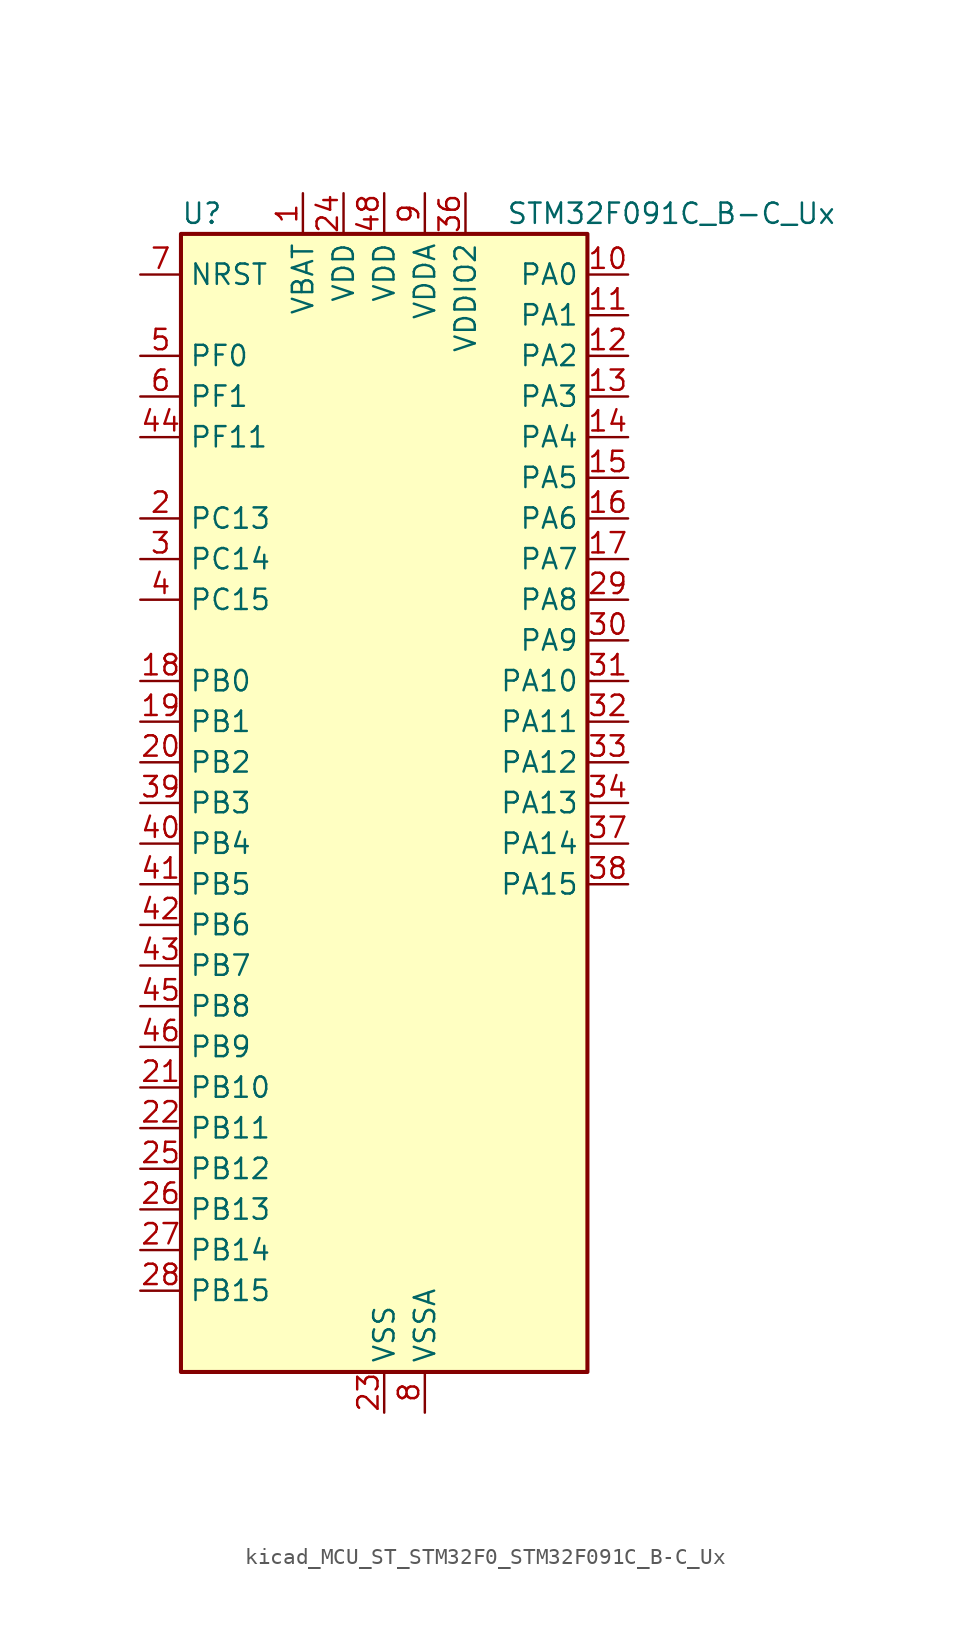
<source format=kicad_sym>
(kicad_symbol_lib
  (version 20220914)
  (generator kicad_symbol_editor)
  (symbol "kicad_MCU_ST_STM32F0_STM32F091C_B-C_Ux"
    (property "Reference" "U"
      (at -12.7 36.83 0)
      (effects (font (size 1.27 1.27)) (justify left)))
    (property "Value" "STM32F091C_B-C_Ux"
      (at 7.62 36.83 0)
      (effects (font (size 1.27 1.27)) (justify left)))
    (property "ki_locked" ""
      (at 0 0 0)
      (effects (font (size 1.27 1.27))))
    (symbol "kicad_MCU_ST_STM32F0_STM32F091C_B-C_Ux_0_1"
      (rectangle (start -12.7 -35.56) (end 12.7 35.56) (stroke (width 0.254) (type default)) (fill (type background))))
    (symbol "kicad_MCU_ST_STM32F0_STM32F091C_B-C_Ux_1_1"
      (pin power_in line (at -5.08 38.1 270) (length 2.54) (name "VBAT" (effects (font (size 1.27 1.27)))) (number "1" (effects (font (size 1.27 1.27)))))
      (pin bidirectional line (at 15.24 33.02 180) (length 2.54) (name "PA0" (effects (font (size 1.27 1.27)))) (number "10" (effects (font (size 1.27 1.27)))) (alternate "ADC_IN0" bidirectional line) (alternate "COMP1_INM" bidirectional line) (alternate "COMP1_OUT" bidirectional line) (alternate "RTC_TAMP2" bidirectional line) (alternate "SYS_WKUP1" bidirectional line) (alternate "TIM2_CH1" bidirectional line) (alternate "TIM2_ETR" bidirectional line) (alternate "TSC_G1_IO1" bidirectional line) (alternate "USART2_CTS" bidirectional line) (alternate "USART4_TX" bidirectional line))
      (pin bidirectional line (at 15.24 30.48 180) (length 2.54) (name "PA1" (effects (font (size 1.27 1.27)))) (number "11" (effects (font (size 1.27 1.27)))) (alternate "ADC_IN1" bidirectional line) (alternate "COMP1_INP" bidirectional line) (alternate "TIM15_CH1N" bidirectional line) (alternate "TIM2_CH2" bidirectional line) (alternate "TSC_G1_IO2" bidirectional line) (alternate "USART2_DE" bidirectional line) (alternate "USART2_RTS" bidirectional line) (alternate "USART4_RX" bidirectional line))
      (pin bidirectional line (at 15.24 27.94 180) (length 2.54) (name "PA2" (effects (font (size 1.27 1.27)))) (number "12" (effects (font (size 1.27 1.27)))) (alternate "ADC_IN2" bidirectional line) (alternate "COMP2_INM" bidirectional line) (alternate "COMP2_OUT" bidirectional line) (alternate "SYS_WKUP4" bidirectional line) (alternate "TIM15_CH1" bidirectional line) (alternate "TIM2_CH3" bidirectional line) (alternate "TSC_G1_IO3" bidirectional line) (alternate "USART2_TX" bidirectional line))
      (pin bidirectional line (at 15.24 25.4 180) (length 2.54) (name "PA3" (effects (font (size 1.27 1.27)))) (number "13" (effects (font (size 1.27 1.27)))) (alternate "ADC_IN3" bidirectional line) (alternate "COMP2_INP" bidirectional line) (alternate "TIM15_CH2" bidirectional line) (alternate "TIM2_CH4" bidirectional line) (alternate "TSC_G1_IO4" bidirectional line) (alternate "USART2_RX" bidirectional line))
      (pin bidirectional line (at 15.24 22.86 180) (length 2.54) (name "PA4" (effects (font (size 1.27 1.27)))) (number "14" (effects (font (size 1.27 1.27)))) (alternate "ADC_IN4" bidirectional line) (alternate "COMP1_INM" bidirectional line) (alternate "COMP2_INM" bidirectional line) (alternate "DAC_OUT1" bidirectional line) (alternate "I2S1_WS" bidirectional line) (alternate "SPI1_NSS" bidirectional line) (alternate "TIM14_CH1" bidirectional line) (alternate "TSC_G2_IO1" bidirectional line) (alternate "USART2_CK" bidirectional line) (alternate "USART6_TX" bidirectional line))
      (pin bidirectional line (at 15.24 20.32 180) (length 2.54) (name "PA5" (effects (font (size 1.27 1.27)))) (number "15" (effects (font (size 1.27 1.27)))) (alternate "ADC_IN5" bidirectional line) (alternate "CEC" bidirectional line) (alternate "COMP1_INM" bidirectional line) (alternate "COMP2_INM" bidirectional line) (alternate "DAC_OUT2" bidirectional line) (alternate "I2S1_CK" bidirectional line) (alternate "SPI1_SCK" bidirectional line) (alternate "TIM2_CH1" bidirectional line) (alternate "TIM2_ETR" bidirectional line) (alternate "TSC_G2_IO2" bidirectional line) (alternate "USART6_RX" bidirectional line))
      (pin bidirectional line (at 15.24 17.78 180) (length 2.54) (name "PA6" (effects (font (size 1.27 1.27)))) (number "16" (effects (font (size 1.27 1.27)))) (alternate "ADC_IN6" bidirectional line) (alternate "COMP1_OUT" bidirectional line) (alternate "I2S1_MCK" bidirectional line) (alternate "SPI1_MISO" bidirectional line) (alternate "TIM16_CH1" bidirectional line) (alternate "TIM1_BKIN" bidirectional line) (alternate "TIM3_CH1" bidirectional line) (alternate "TSC_G2_IO3" bidirectional line) (alternate "USART3_CTS" bidirectional line))
      (pin bidirectional line (at 15.24 15.24 180) (length 2.54) (name "PA7" (effects (font (size 1.27 1.27)))) (number "17" (effects (font (size 1.27 1.27)))) (alternate "ADC_IN7" bidirectional line) (alternate "COMP2_OUT" bidirectional line) (alternate "I2S1_SD" bidirectional line) (alternate "SPI1_MOSI" bidirectional line) (alternate "TIM14_CH1" bidirectional line) (alternate "TIM17_CH1" bidirectional line) (alternate "TIM1_CH1N" bidirectional line) (alternate "TIM3_CH2" bidirectional line) (alternate "TSC_G2_IO4" bidirectional line))
      (pin bidirectional line (at -15.24 7.62 0) (length 2.54) (name "PB0" (effects (font (size 1.27 1.27)))) (number "18" (effects (font (size 1.27 1.27)))) (alternate "ADC_IN8" bidirectional line) (alternate "TIM1_CH2N" bidirectional line) (alternate "TIM3_CH3" bidirectional line) (alternate "TSC_G3_IO2" bidirectional line) (alternate "USART3_CK" bidirectional line))
      (pin bidirectional line (at -15.24 5.08 0) (length 2.54) (name "PB1" (effects (font (size 1.27 1.27)))) (number "19" (effects (font (size 1.27 1.27)))) (alternate "ADC_IN9" bidirectional line) (alternate "TIM14_CH1" bidirectional line) (alternate "TIM1_CH3N" bidirectional line) (alternate "TIM3_CH4" bidirectional line) (alternate "TSC_G3_IO3" bidirectional line) (alternate "USART3_DE" bidirectional line) (alternate "USART3_RTS" bidirectional line))
      (pin bidirectional line (at -15.24 17.78 0) (length 2.54) (name "PC13" (effects (font (size 1.27 1.27)))) (number "2" (effects (font (size 1.27 1.27)))) (alternate "RTC_OUT_ALARM" bidirectional line) (alternate "RTC_OUT_CALIB" bidirectional line) (alternate "RTC_TAMP1" bidirectional line) (alternate "RTC_TS" bidirectional line) (alternate "SYS_WKUP2" bidirectional line))
      (pin bidirectional line (at -15.24 2.54 0) (length 2.54) (name "PB2" (effects (font (size 1.27 1.27)))) (number "20" (effects (font (size 1.27 1.27)))) (alternate "TSC_G3_IO4" bidirectional line))
      (pin bidirectional line (at -15.24 -17.78 0) (length 2.54) (name "PB10" (effects (font (size 1.27 1.27)))) (number "21" (effects (font (size 1.27 1.27)))) (alternate "CEC" bidirectional line) (alternate "I2C2_SCL" bidirectional line) (alternate "I2S2_CK" bidirectional line) (alternate "SPI2_SCK" bidirectional line) (alternate "TIM2_CH3" bidirectional line) (alternate "TSC_SYNC" bidirectional line) (alternate "USART3_TX" bidirectional line))
      (pin bidirectional line (at -15.24 -20.32 0) (length 2.54) (name "PB11" (effects (font (size 1.27 1.27)))) (number "22" (effects (font (size 1.27 1.27)))) (alternate "I2C2_SDA" bidirectional line) (alternate "TIM2_CH4" bidirectional line) (alternate "TSC_G6_IO1" bidirectional line) (alternate "USART3_RX" bidirectional line))
      (pin power_in line (at 0 -38.1 90) (length 2.54) (name "VSS" (effects (font (size 1.27 1.27)))) (number "23" (effects (font (size 1.27 1.27)))))
      (pin power_in line (at -2.54 38.1 270) (length 2.54) (name "VDD" (effects (font (size 1.27 1.27)))) (number "24" (effects (font (size 1.27 1.27)))))
      (pin bidirectional line (at -15.24 -22.86 0) (length 2.54) (name "PB12" (effects (font (size 1.27 1.27)))) (number "25" (effects (font (size 1.27 1.27)))) (alternate "I2S2_WS" bidirectional line) (alternate "SPI2_NSS" bidirectional line) (alternate "TIM15_BKIN" bidirectional line) (alternate "TIM1_BKIN" bidirectional line) (alternate "TSC_G6_IO2" bidirectional line) (alternate "USART3_CK" bidirectional line))
      (pin bidirectional line (at -15.24 -25.4 0) (length 2.54) (name "PB13" (effects (font (size 1.27 1.27)))) (number "26" (effects (font (size 1.27 1.27)))) (alternate "I2C2_SCL" bidirectional line) (alternate "I2S2_CK" bidirectional line) (alternate "SPI2_SCK" bidirectional line) (alternate "TIM1_CH1N" bidirectional line) (alternate "TSC_G6_IO3" bidirectional line) (alternate "USART3_CTS" bidirectional line))
      (pin bidirectional line (at -15.24 -27.94 0) (length 2.54) (name "PB14" (effects (font (size 1.27 1.27)))) (number "27" (effects (font (size 1.27 1.27)))) (alternate "I2C2_SDA" bidirectional line) (alternate "I2S2_MCK" bidirectional line) (alternate "SPI2_MISO" bidirectional line) (alternate "TIM15_CH1" bidirectional line) (alternate "TIM1_CH2N" bidirectional line) (alternate "TSC_G6_IO4" bidirectional line) (alternate "USART3_DE" bidirectional line) (alternate "USART3_RTS" bidirectional line))
      (pin bidirectional line (at -15.24 -30.48 0) (length 2.54) (name "PB15" (effects (font (size 1.27 1.27)))) (number "28" (effects (font (size 1.27 1.27)))) (alternate "I2S2_SD" bidirectional line) (alternate "RTC_REFIN" bidirectional line) (alternate "SPI2_MOSI" bidirectional line) (alternate "SYS_WKUP7" bidirectional line) (alternate "TIM15_CH1N" bidirectional line) (alternate "TIM15_CH2" bidirectional line) (alternate "TIM1_CH3N" bidirectional line))
      (pin bidirectional line (at 15.24 12.7 180) (length 2.54) (name "PA8" (effects (font (size 1.27 1.27)))) (number "29" (effects (font (size 1.27 1.27)))) (alternate "CRS_SYNC" bidirectional line) (alternate "RCC_MCO" bidirectional line) (alternate "TIM1_CH1" bidirectional line) (alternate "USART1_CK" bidirectional line))
      (pin bidirectional line (at -15.24 15.24 0) (length 2.54) (name "PC14" (effects (font (size 1.27 1.27)))) (number "3" (effects (font (size 1.27 1.27)))) (alternate "RCC_OSC32_IN" bidirectional line))
      (pin bidirectional line (at 15.24 10.16 180) (length 2.54) (name "PA9" (effects (font (size 1.27 1.27)))) (number "30" (effects (font (size 1.27 1.27)))) (alternate "DAC_EXTI9" bidirectional line) (alternate "I2C1_SCL" bidirectional line) (alternate "RCC_MCO" bidirectional line) (alternate "TIM15_BKIN" bidirectional line) (alternate "TIM1_CH2" bidirectional line) (alternate "TSC_G4_IO1" bidirectional line) (alternate "USART1_TX" bidirectional line))
      (pin bidirectional line (at 15.24 7.62 180) (length 2.54) (name "PA10" (effects (font (size 1.27 1.27)))) (number "31" (effects (font (size 1.27 1.27)))) (alternate "I2C1_SDA" bidirectional line) (alternate "TIM17_BKIN" bidirectional line) (alternate "TIM1_CH3" bidirectional line) (alternate "TSC_G4_IO2" bidirectional line) (alternate "USART1_RX" bidirectional line))
      (pin bidirectional line (at 15.24 5.08 180) (length 2.54) (name "PA11" (effects (font (size 1.27 1.27)))) (number "32" (effects (font (size 1.27 1.27)))) (alternate "CAN_RX" bidirectional line) (alternate "COMP1_OUT" bidirectional line) (alternate "I2C2_SCL" bidirectional line) (alternate "TIM1_CH4" bidirectional line) (alternate "TSC_G4_IO3" bidirectional line) (alternate "USART1_CTS" bidirectional line))
      (pin bidirectional line (at 15.24 2.54 180) (length 2.54) (name "PA12" (effects (font (size 1.27 1.27)))) (number "33" (effects (font (size 1.27 1.27)))) (alternate "CAN_TX" bidirectional line) (alternate "COMP2_OUT" bidirectional line) (alternate "I2C2_SDA" bidirectional line) (alternate "TIM1_ETR" bidirectional line) (alternate "TSC_G4_IO4" bidirectional line) (alternate "USART1_DE" bidirectional line) (alternate "USART1_RTS" bidirectional line))
      (pin bidirectional line (at 15.24 0 180) (length 2.54) (name "PA13" (effects (font (size 1.27 1.27)))) (number "34" (effects (font (size 1.27 1.27)))) (alternate "IR_OUT" bidirectional line) (alternate "SYS_SWDIO" bidirectional line))
      (pin passive line (at 0 -38.1 90) (length 2.54) hide (name "VSS" (effects (font (size 1.27 1.27)))) (number "35" (effects (font (size 1.27 1.27)))))
      (pin power_in line (at 5.08 38.1 270) (length 2.54) (name "VDDIO2" (effects (font (size 1.27 1.27)))) (number "36" (effects (font (size 1.27 1.27)))))
      (pin bidirectional line (at 15.24 -2.54 180) (length 2.54) (name "PA14" (effects (font (size 1.27 1.27)))) (number "37" (effects (font (size 1.27 1.27)))) (alternate "SYS_SWCLK" bidirectional line) (alternate "USART2_TX" bidirectional line))
      (pin bidirectional line (at 15.24 -5.08 180) (length 2.54) (name "PA15" (effects (font (size 1.27 1.27)))) (number "38" (effects (font (size 1.27 1.27)))) (alternate "I2S1_WS" bidirectional line) (alternate "SPI1_NSS" bidirectional line) (alternate "TIM2_CH1" bidirectional line) (alternate "TIM2_ETR" bidirectional line) (alternate "USART2_RX" bidirectional line) (alternate "USART4_DE" bidirectional line) (alternate "USART4_RTS" bidirectional line))
      (pin bidirectional line (at -15.24 0 0) (length 2.54) (name "PB3" (effects (font (size 1.27 1.27)))) (number "39" (effects (font (size 1.27 1.27)))) (alternate "I2S1_CK" bidirectional line) (alternate "SPI1_SCK" bidirectional line) (alternate "TIM2_CH2" bidirectional line) (alternate "TSC_G5_IO1" bidirectional line) (alternate "USART5_TX" bidirectional line))
      (pin bidirectional line (at -15.24 12.7 0) (length 2.54) (name "PC15" (effects (font (size 1.27 1.27)))) (number "4" (effects (font (size 1.27 1.27)))) (alternate "RCC_OSC32_OUT" bidirectional line))
      (pin bidirectional line (at -15.24 -2.54 0) (length 2.54) (name "PB4" (effects (font (size 1.27 1.27)))) (number "40" (effects (font (size 1.27 1.27)))) (alternate "I2S1_MCK" bidirectional line) (alternate "SPI1_MISO" bidirectional line) (alternate "TIM17_BKIN" bidirectional line) (alternate "TIM3_CH1" bidirectional line) (alternate "TSC_G5_IO2" bidirectional line) (alternate "USART5_RX" bidirectional line))
      (pin bidirectional line (at -15.24 -5.08 0) (length 2.54) (name "PB5" (effects (font (size 1.27 1.27)))) (number "41" (effects (font (size 1.27 1.27)))) (alternate "I2C1_SMBA" bidirectional line) (alternate "I2S1_SD" bidirectional line) (alternate "SPI1_MOSI" bidirectional line) (alternate "SYS_WKUP6" bidirectional line) (alternate "TIM16_BKIN" bidirectional line) (alternate "TIM3_CH2" bidirectional line) (alternate "USART5_CK" bidirectional line) (alternate "USART5_DE" bidirectional line) (alternate "USART5_RTS" bidirectional line))
      (pin bidirectional line (at -15.24 -7.62 0) (length 2.54) (name "PB6" (effects (font (size 1.27 1.27)))) (number "42" (effects (font (size 1.27 1.27)))) (alternate "I2C1_SCL" bidirectional line) (alternate "TIM16_CH1N" bidirectional line) (alternate "TSC_G5_IO3" bidirectional line) (alternate "USART1_TX" bidirectional line))
      (pin bidirectional line (at -15.24 -10.16 0) (length 2.54) (name "PB7" (effects (font (size 1.27 1.27)))) (number "43" (effects (font (size 1.27 1.27)))) (alternate "I2C1_SDA" bidirectional line) (alternate "TIM17_CH1N" bidirectional line) (alternate "TSC_G5_IO4" bidirectional line) (alternate "USART1_RX" bidirectional line) (alternate "USART4_CTS" bidirectional line))
      (pin bidirectional line (at -15.24 22.86 0) (length 2.54) (name "PF11" (effects (font (size 1.27 1.27)))) (number "44" (effects (font (size 1.27 1.27)))))
      (pin bidirectional line (at -15.24 -12.7 0) (length 2.54) (name "PB8" (effects (font (size 1.27 1.27)))) (number "45" (effects (font (size 1.27 1.27)))) (alternate "CAN_RX" bidirectional line) (alternate "CEC" bidirectional line) (alternate "I2C1_SCL" bidirectional line) (alternate "TIM16_CH1" bidirectional line) (alternate "TSC_SYNC" bidirectional line))
      (pin bidirectional line (at -15.24 -15.24 0) (length 2.54) (name "PB9" (effects (font (size 1.27 1.27)))) (number "46" (effects (font (size 1.27 1.27)))) (alternate "CAN_TX" bidirectional line) (alternate "DAC_EXTI9" bidirectional line) (alternate "I2C1_SDA" bidirectional line) (alternate "I2S2_WS" bidirectional line) (alternate "IR_OUT" bidirectional line) (alternate "SPI2_NSS" bidirectional line) (alternate "TIM17_CH1" bidirectional line))
      (pin passive line (at 0 -38.1 90) (length 2.54) hide (name "VSS" (effects (font (size 1.27 1.27)))) (number "47" (effects (font (size 1.27 1.27)))))
      (pin power_in line (at 0 38.1 270) (length 2.54) (name "VDD" (effects (font (size 1.27 1.27)))) (number "48" (effects (font (size 1.27 1.27)))))
      (pin passive line (at 0 -38.1 90) (length 2.54) hide (name "VSS" (effects (font (size 1.27 1.27)))) (number "49" (effects (font (size 1.27 1.27)))))
      (pin bidirectional line (at -15.24 27.94 0) (length 2.54) (name "PF0" (effects (font (size 1.27 1.27)))) (number "5" (effects (font (size 1.27 1.27)))) (alternate "CRS_SYNC" bidirectional line) (alternate "I2C1_SDA" bidirectional line) (alternate "RCC_OSC_IN" bidirectional line))
      (pin bidirectional line (at -15.24 25.4 0) (length 2.54) (name "PF1" (effects (font (size 1.27 1.27)))) (number "6" (effects (font (size 1.27 1.27)))) (alternate "I2C1_SCL" bidirectional line) (alternate "RCC_OSC_OUT" bidirectional line))
      (pin input line (at -15.24 33.02 0) (length 2.54) (name "NRST" (effects (font (size 1.27 1.27)))) (number "7" (effects (font (size 1.27 1.27)))))
      (pin power_in line (at 2.54 -38.1 90) (length 2.54) (name "VSSA" (effects (font (size 1.27 1.27)))) (number "8" (effects (font (size 1.27 1.27)))))
      (pin power_in line (at 2.54 38.1 270) (length 2.54) (name "VDDA" (effects (font (size 1.27 1.27)))) (number "9" (effects (font (size 1.27 1.27))))))))
</source>
